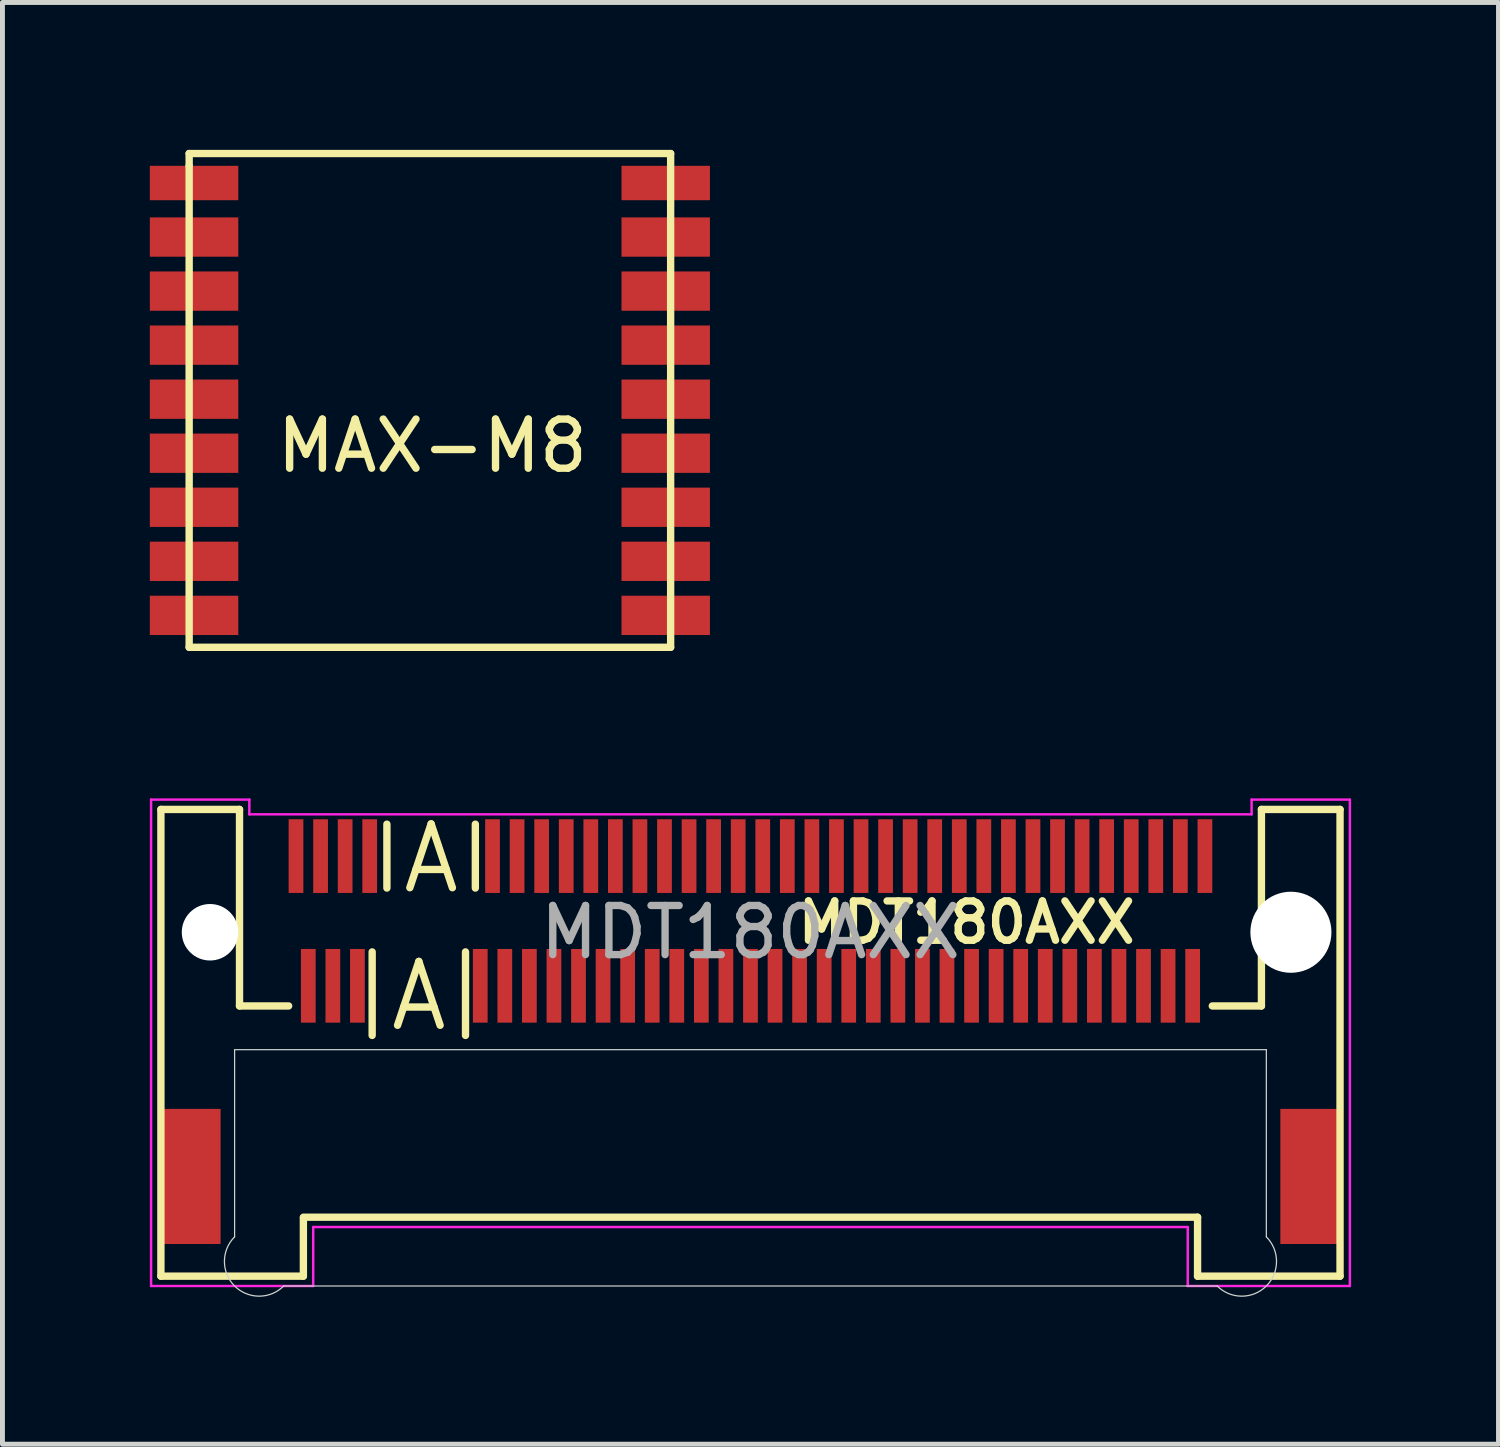
<source format=kicad_pcb>
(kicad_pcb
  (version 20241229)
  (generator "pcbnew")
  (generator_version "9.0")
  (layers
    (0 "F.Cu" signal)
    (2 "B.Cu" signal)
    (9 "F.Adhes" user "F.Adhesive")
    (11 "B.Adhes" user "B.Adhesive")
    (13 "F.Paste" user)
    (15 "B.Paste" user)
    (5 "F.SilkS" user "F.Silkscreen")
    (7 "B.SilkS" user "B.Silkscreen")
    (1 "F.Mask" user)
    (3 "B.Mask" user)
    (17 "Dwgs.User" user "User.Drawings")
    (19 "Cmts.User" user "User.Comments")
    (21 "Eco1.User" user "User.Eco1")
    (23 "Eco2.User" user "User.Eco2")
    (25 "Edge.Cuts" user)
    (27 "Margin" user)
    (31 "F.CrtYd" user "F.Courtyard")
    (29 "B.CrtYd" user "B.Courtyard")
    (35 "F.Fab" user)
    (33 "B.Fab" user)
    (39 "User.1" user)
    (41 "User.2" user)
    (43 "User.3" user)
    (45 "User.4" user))
  (footprint "MDT180AXX"
    (layer "F.Cu")
    (at 12.225 15.925)
    (property "Reference" "MDT180AXX" (at 4.4 -0.2 0) (layer "F.SilkS") (effects (font (size 0.8 0.8) (thickness 0.15))))
    (attr through_hole)
    (fp_line (start -12 -2.5) (end -12 7) (stroke (width 0.15) (type solid)) (layer "F.SilkS"))
    (fp_line (start -12 -2.5) (end -10.4 -2.5) (stroke (width 0.15) (type solid)) (layer "F.SilkS"))
    (fp_line (start -12 7) (end -9.1 7) (stroke (width 0.15) (type solid)) (layer "F.SilkS"))
    (fp_line (start -10.4 -2.5) (end -10.4 1.5) (stroke (width 0.15) (type solid)) (layer "F.SilkS"))
    (fp_line (start -9.4 1.5) (end -10.4 1.5) (stroke (width 0.15) (type solid)) (layer "F.SilkS"))
    (fp_line (start -9.1 5.8) (end 9.1 5.8) (stroke (width 0.15) (type solid)) (layer "F.SilkS"))
    (fp_line (start -9.1 7) (end -9.1 5.82) (stroke (width 0.15) (type solid)) (layer "F.SilkS"))
    (fp_line (start -7.7 0.4) (end -7.7 2.1) (stroke (width 0.15) (type solid)) (layer "F.SilkS"))
    (fp_line (start -7.4 -2.2) (end -7.4 -0.9) (stroke (width 0.15) (type solid)) (layer "F.SilkS"))
    (fp_line (start -5.8 0.4) (end -5.8 2.1) (stroke (width 0.15) (type solid)) (layer "F.SilkS"))
    (fp_line (start -5.6 -2.2) (end -5.6 -0.9) (stroke (width 0.15) (type solid)) (layer "F.SilkS"))
    (fp_line (start 9.1 7) (end 9.1 5.8) (stroke (width 0.15) (type solid)) (layer "F.SilkS"))
    (fp_line (start 9.1 7) (end 12 7) (stroke (width 0.15) (type solid)) (layer "F.SilkS"))
    (fp_line (start 10.4 -2.5) (end 12 -2.5) (stroke (width 0.15) (type solid)) (layer "F.SilkS"))
    (fp_line (start 10.4 1.5) (end 9.4 1.5) (stroke (width 0.15) (type solid)) (layer "F.SilkS"))
    (fp_line (start 10.4 1.5) (end 10.4 -2.5) (stroke (width 0.15) (type solid)) (layer "F.SilkS"))
    (fp_line (start 12 -2.5) (end 12 7) (stroke (width 0.15) (type solid)) (layer "F.SilkS"))
    (fp_line (start -10.5 2.39) (end -10.5 6.2) (stroke (width 0.025) (type solid)) (layer "Edge.Cuts"))
    (fp_line (start -9.5 7.2) (end 9.5 7.2) (stroke (width 0.025) (type solid)) (layer "Edge.Cuts"))
    (fp_line (start 10.5 2.39) (end -10.5 2.39) (stroke (width 0.025) (type solid)) (layer "Edge.Cuts"))
    (fp_line (start 10.5 6.2) (end 10.5 2.39) (stroke (width 0.025) (type solid)) (layer "Edge.Cuts"))
    (fp_arc (start -9.5 7.2) (mid -10.5 7.2) (end -10.5 6.2) (stroke (width 0.0254) (type solid)) (layer "Edge.Cuts"))
    (fp_arc (start 10.5 6.2) (mid 10.5 7.2) (end 9.5 7.2) (stroke (width 0.0254) (type solid)) (layer "Edge.Cuts"))
    (fp_line (start -12.2 -2.7) (end -10.2 -2.7) (stroke (width 0.05) (type solid)) (layer "F.CrtYd"))
    (fp_line (start -12.2 7.2) (end -12.2 -2.7) (stroke (width 0.05) (type solid)) (layer "F.CrtYd"))
    (fp_line (start -10.2 -2.7) (end -10.2 -2.4) (stroke (width 0.05) (type solid)) (layer "F.CrtYd"))
    (fp_line (start -10.2 -2.4) (end 10.2 -2.4) (stroke (width 0.05) (type solid)) (layer "F.CrtYd"))
    (fp_line (start -8.9 6) (end -8.9 7.2) (stroke (width 0.05) (type solid)) (layer "F.CrtYd"))
    (fp_line (start -8.9 7.2) (end -12.2 7.2) (stroke (width 0.05) (type solid)) (layer "F.CrtYd"))
    (fp_line (start 8.9 6) (end -8.9 6) (stroke (width 0.05) (type solid)) (layer "F.CrtYd"))
    (fp_line (start 8.9 7.2) (end 8.9 6) (stroke (width 0.05) (type solid)) (layer "F.CrtYd"))
    (fp_line (start 10.2 -2.7) (end 12.2 -2.7) (stroke (width 0.05) (type solid)) (layer "F.CrtYd"))
    (fp_line (start 10.2 -2.4) (end 10.2 -2.7) (stroke (width 0.05) (type solid)) (layer "F.CrtYd"))
    (fp_line (start 12.2 -2.7) (end 12.2 7.2) (stroke (width 0.05) (type solid)) (layer "F.CrtYd"))
    (fp_line (start 12.2 7.2) (end 8.9 7.2) (stroke (width 0.05) (type solid)) (layer "F.CrtYd"))
    (fp_text user "A" (at -6.75 1.3 0) (layer "F.SilkS") (effects (font (size 1.3 1.3) (thickness 0.15))))
    (fp_text user "A" (at -6.5 -1.5 0) (layer "F.SilkS") (effects (font (size 1.3 1.3) (thickness 0.15))))
    (fp_text user "${REFERENCE}" (at 0 0 0) (layer "F.Fab") (effects (font (size 1 1) (thickness 0.15))))
    (pad "" smd rect (at -11.385 4.97) (size 1.2 2.75) (layers "F.Cu" "F.Mask" "F.Paste"))
    (pad "" np_thru_hole circle (at -11 0) (size 1.15 1.15) (drill 1.15) (layers "*.Cu"))
    (pad "" np_thru_hole circle (at 11 0) (size 1.65 1.65) (drill 1.65) (layers "*.Cu"))
    (pad "" smd rect (at 11.385 4.97) (size 1.2 2.75) (layers "F.Cu" "F.Mask" "F.Paste"))
    (pad "1" smd rect (at -9.25 -1.55) (size 0.3 1.5) (layers "F.Cu" "F.Mask" "F.Paste"))
    (pad "2" smd rect (at -9 1.09) (size 0.3 1.5) (layers "F.Cu" "F.Mask" "F.Paste"))
    (pad "3" smd rect (at -8.75 -1.55) (size 0.3 1.5) (layers "F.Cu" "F.Mask" "F.Paste"))
    (pad "4" smd rect (at -8.5 1.09) (size 0.3 1.5) (layers "F.Cu" "F.Mask" "F.Paste"))
    (pad "5" smd rect (at -8.25 -1.55) (size 0.3 1.5) (layers "F.Cu" "F.Mask" "F.Paste"))
    (pad "6" smd rect (at -8 1.09) (size 0.3 1.5) (layers "F.Cu" "F.Mask" "F.Paste"))
    (pad "7" smd rect (at -7.75 -1.55) (size 0.3 1.5) (layers "F.Cu" "F.Mask" "F.Paste"))
    (pad "16" smd rect (at -5.5 1.09) (size 0.3 1.5) (layers "F.Cu" "F.Mask" "F.Paste"))
    (pad "17" smd rect (at -5.25 -1.55) (size 0.3 1.5) (layers "F.Cu" "F.Mask" "F.Paste"))
    (pad "18" smd rect (at -5 1.09) (size 0.3 1.5) (layers "F.Cu" "F.Mask" "F.Paste"))
    (pad "19" smd rect (at -4.75 -1.55) (size 0.3 1.5) (layers "F.Cu" "F.Mask" "F.Paste"))
    (pad "20" smd rect (at -4.5 1.09) (size 0.3 1.5) (layers "F.Cu" "F.Mask" "F.Paste"))
    (pad "21" smd rect (at -4.25 -1.55) (size 0.3 1.5) (layers "F.Cu" "F.Mask" "F.Paste"))
    (pad "22" smd rect (at -4 1.09) (size 0.3 1.5) (layers "F.Cu" "F.Mask" "F.Paste"))
    (pad "23" smd rect (at -3.75 -1.55) (size 0.3 1.5) (layers "F.Cu" "F.Mask" "F.Paste"))
    (pad "24" smd rect (at -3.5 1.09) (size 0.3 1.5) (layers "F.Cu" "F.Mask" "F.Paste"))
    (pad "25" smd rect (at -3.25 -1.55) (size 0.3 1.5) (layers "F.Cu" "F.Mask" "F.Paste"))
    (pad "26" smd rect (at -3 1.09) (size 0.3 1.5) (layers "F.Cu" "F.Mask" "F.Paste"))
    (pad "27" smd rect (at -2.75 -1.55) (size 0.3 1.5) (layers "F.Cu" "F.Mask" "F.Paste"))
    (pad "28" smd rect (at -2.5 1.09) (size 0.3 1.5) (layers "F.Cu" "F.Mask" "F.Paste"))
    (pad "29" smd rect (at -2.25 -1.55) (size 0.3 1.5) (layers "F.Cu" "F.Mask" "F.Paste"))
    (pad "30" smd rect (at -2 1.09) (size 0.3 1.5) (layers "F.Cu" "F.Mask" "F.Paste"))
    (pad "31" smd rect (at -1.75 -1.55) (size 0.3 1.5) (layers "F.Cu" "F.Mask" "F.Paste"))
    (pad "32" smd rect (at -1.5 1.09) (size 0.3 1.5) (layers "F.Cu" "F.Mask" "F.Paste"))
    (pad "33" smd rect (at -1.25 -1.55) (size 0.3 1.5) (layers "F.Cu" "F.Mask" "F.Paste"))
    (pad "34" smd rect (at -1 1.09) (size 0.3 1.5) (layers "F.Cu" "F.Mask" "F.Paste"))
    (pad "35" smd rect (at -0.75 -1.55) (size 0.3 1.5) (layers "F.Cu" "F.Mask" "F.Paste"))
    (pad "36" smd rect (at -0.5 1.09) (size 0.3 1.5) (layers "F.Cu" "F.Mask" "F.Paste"))
    (pad "37" smd rect (at -0.25 -1.55) (size 0.3 1.5) (layers "F.Cu" "F.Mask" "F.Paste"))
    (pad "38" smd rect (at 0 1.09) (size 0.3 1.5) (layers "F.Cu" "F.Mask" "F.Paste"))
    (pad "39" smd rect (at 0.25 -1.55) (size 0.3 1.5) (layers "F.Cu" "F.Mask" "F.Paste"))
    (pad "40" smd rect (at 0.5 1.09) (size 0.3 1.5) (layers "F.Cu" "F.Mask" "F.Paste"))
    (pad "41" smd rect (at 0.75 -1.55) (size 0.3 1.5) (layers "F.Cu" "F.Mask" "F.Paste"))
    (pad "42" smd rect (at 1 1.09) (size 0.3 1.5) (layers "F.Cu" "F.Mask" "F.Paste"))
    (pad "43" smd rect (at 1.25 -1.55) (size 0.3 1.5) (layers "F.Cu" "F.Mask" "F.Paste"))
    (pad "44" smd rect (at 1.5 1.09) (size 0.3 1.5) (layers "F.Cu" "F.Mask" "F.Paste"))
    (pad "45" smd rect (at 1.75 -1.55) (size 0.3 1.5) (layers "F.Cu" "F.Mask" "F.Paste"))
    (pad "46" smd rect (at 2 1.09) (size 0.3 1.5) (layers "F.Cu" "F.Mask" "F.Paste"))
    (pad "47" smd rect (at 2.25 -1.55) (size 0.3 1.5) (layers "F.Cu" "F.Mask" "F.Paste"))
    (pad "48" smd rect (at 2.5 1.09) (size 0.3 1.5) (layers "F.Cu" "F.Mask" "F.Paste"))
    (pad "49" smd rect (at 2.75 -1.55) (size 0.3 1.5) (layers "F.Cu" "F.Mask" "F.Paste"))
    (pad "50" smd rect (at 3 1.09) (size 0.3 1.5) (layers "F.Cu" "F.Mask" "F.Paste"))
    (pad "51" smd rect (at 3.25 -1.55) (size 0.3 1.5) (layers "F.Cu" "F.Mask" "F.Paste"))
    (pad "52" smd rect (at 3.5 1.09) (size 0.3 1.5) (layers "F.Cu" "F.Mask" "F.Paste"))
    (pad "53" smd rect (at 3.75 -1.55) (size 0.3 1.5) (layers "F.Cu" "F.Mask" "F.Paste"))
    (pad "54" smd rect (at 4 1.09) (size 0.3 1.5) (layers "F.Cu" "F.Mask" "F.Paste"))
    (pad "55" smd rect (at 4.25 -1.55) (size 0.3 1.5) (layers "F.Cu" "F.Mask" "F.Paste"))
    (pad "56" smd rect (at 4.5 1.09) (size 0.3 1.5) (layers "F.Cu" "F.Mask" "F.Paste"))
    (pad "57" smd rect (at 4.75 -1.55) (size 0.3 1.5) (layers "F.Cu" "F.Mask" "F.Paste"))
    (pad "58" smd rect (at 5 1.09) (size 0.3 1.5) (layers "F.Cu" "F.Mask" "F.Paste"))
    (pad "59" smd rect (at 5.25 -1.55) (size 0.3 1.5) (layers "F.Cu" "F.Mask" "F.Paste"))
    (pad "60" smd rect (at 5.5 1.09) (size 0.3 1.5) (layers "F.Cu" "F.Mask" "F.Paste"))
    (pad "61" smd rect (at 5.75 -1.55) (size 0.3 1.5) (layers "F.Cu" "F.Mask" "F.Paste"))
    (pad "62" smd rect (at 6 1.09) (size 0.3 1.5) (layers "F.Cu" "F.Mask" "F.Paste"))
    (pad "63" smd rect (at 6.25 -1.55) (size 0.3 1.5) (layers "F.Cu" "F.Mask" "F.Paste"))
    (pad "64" smd rect (at 6.5 1.09) (size 0.3 1.5) (layers "F.Cu" "F.Mask" "F.Paste"))
    (pad "65" smd rect (at 6.75 -1.55) (size 0.3 1.5) (layers "F.Cu" "F.Mask" "F.Paste"))
    (pad "66" smd rect (at 7 1.09) (size 0.3 1.5) (layers "F.Cu" "F.Mask" "F.Paste"))
    (pad "67" smd rect (at 7.25 -1.55) (size 0.3 1.5) (layers "F.Cu" "F.Mask" "F.Paste"))
    (pad "68" smd rect (at 7.5 1.09) (size 0.3 1.5) (layers "F.Cu" "F.Mask" "F.Paste"))
    (pad "69" smd rect (at 7.75 -1.55) (size 0.3 1.5) (layers "F.Cu" "F.Mask" "F.Paste"))
    (pad "70" smd rect (at 8 1.09) (size 0.3 1.5) (layers "F.Cu" "F.Mask" "F.Paste"))
    (pad "71" smd rect (at 8.25 -1.55) (size 0.3 1.5) (layers "F.Cu" "F.Mask" "F.Paste"))
    (pad "72" smd rect (at 8.5 1.09) (size 0.3 1.5) (layers "F.Cu" "F.Mask" "F.Paste"))
    (pad "73" smd rect (at 8.75 -1.55) (size 0.3 1.5) (layers "F.Cu" "F.Mask" "F.Paste"))
    (pad "74" smd rect (at 9 1.09) (size 0.3 1.5) (layers "F.Cu" "F.Mask" "F.Paste"))
    (pad "75" smd rect (at 9.25 -1.55) (size 0.3 1.5) (layers "F.Cu" "F.Mask" "F.Paste")))
  (footprint "MAX-M8"
    (layer "F.Cu")
    (at 5.7 0.675)
    (property "Reference" "MAX-M8" (at 0.05 5.35 0) (layer "F.SilkS") (effects (font (size 1 1) (thickness 0.15))))
    (attr through_hole)
    (fp_line (start -4.9 -0.6) (end 4.9 -0.6) (stroke (width 0.15) (type solid)) (layer "F.SilkS"))
    (fp_line (start -4.9 -0.35) (end -4.9 -0.6) (stroke (width 0.15) (type solid)) (layer "F.SilkS"))
    (fp_line (start -4.9 9.45) (end -4.9 -0.35) (stroke (width 0.15) (type solid)) (layer "F.SilkS"))
    (fp_line (start 4.9 -0.6) (end 4.9 9.45) (stroke (width 0.15) (type solid)) (layer "F.SilkS"))
    (fp_line (start 4.9 9.45) (end -4.9 9.45) (stroke (width 0.15) (type solid)) (layer "F.SilkS"))
    (pad "1" smd rect (at -4.8 0) (size 1.8 0.7) (layers "F.Cu" "F.Mask" "F.Paste"))
    (pad "2" smd rect (at -4.8 1.1) (size 1.8 0.8) (layers "F.Cu" "F.Mask" "F.Paste"))
    (pad "3" smd rect (at -4.8 2.2) (size 1.8 0.8) (layers "F.Cu" "F.Mask" "F.Paste"))
    (pad "4" smd rect (at -4.8 3.3) (size 1.8 0.8) (layers "F.Cu" "F.Mask" "F.Paste"))
    (pad "5" smd rect (at -4.8 4.4) (size 1.8 0.8) (layers "F.Cu" "F.Mask" "F.Paste"))
    (pad "6" smd rect (at -4.8 5.5) (size 1.8 0.8) (layers "F.Cu" "F.Mask" "F.Paste"))
    (pad "7" smd rect (at -4.8 6.6) (size 1.8 0.8) (layers "F.Cu" "F.Mask" "F.Paste"))
    (pad "8" smd rect (at -4.8 7.7) (size 1.8 0.8) (layers "F.Cu" "F.Mask" "F.Paste"))
    (pad "9" smd rect (at -4.8 8.8) (size 1.8 0.8) (layers "F.Cu" "F.Mask" "F.Paste"))
    (pad "10" smd rect (at 4.8 8.8) (size 1.8 0.8) (layers "F.Cu" "F.Mask" "F.Paste"))
    (pad "11" smd rect (at 4.8 7.7) (size 1.8 0.8) (layers "F.Cu" "F.Mask" "F.Paste"))
    (pad "12" smd rect (at 4.8 6.6) (size 1.8 0.8) (layers "F.Cu" "F.Mask" "F.Paste"))
    (pad "13" smd rect (at 4.8 5.5) (size 1.8 0.8) (layers "F.Cu" "F.Mask" "F.Paste"))
    (pad "14" smd rect (at 4.8 4.4) (size 1.8 0.8) (layers "F.Cu" "F.Mask" "F.Paste"))
    (pad "15" smd rect (at 4.8 3.3) (size 1.8 0.8) (layers "F.Cu" "F.Mask" "F.Paste"))
    (pad "16" smd rect (at 4.8 2.2) (size 1.8 0.8) (layers "F.Cu" "F.Mask" "F.Paste"))
    (pad "17" smd rect (at 4.8 1.1) (size 1.8 0.8) (layers "F.Cu" "F.Mask" "F.Paste"))
    (pad "18" smd rect (at 4.8 0) (size 1.8 0.7) (layers "F.Cu" "F.Mask" "F.Paste")))
  (gr_rect
    (start -3 -3)
    (end 27.45 26.345)
    (stroke (width 0.1) (type default))
    (fill no)
    (layer "Edge.Cuts")))
</source>
